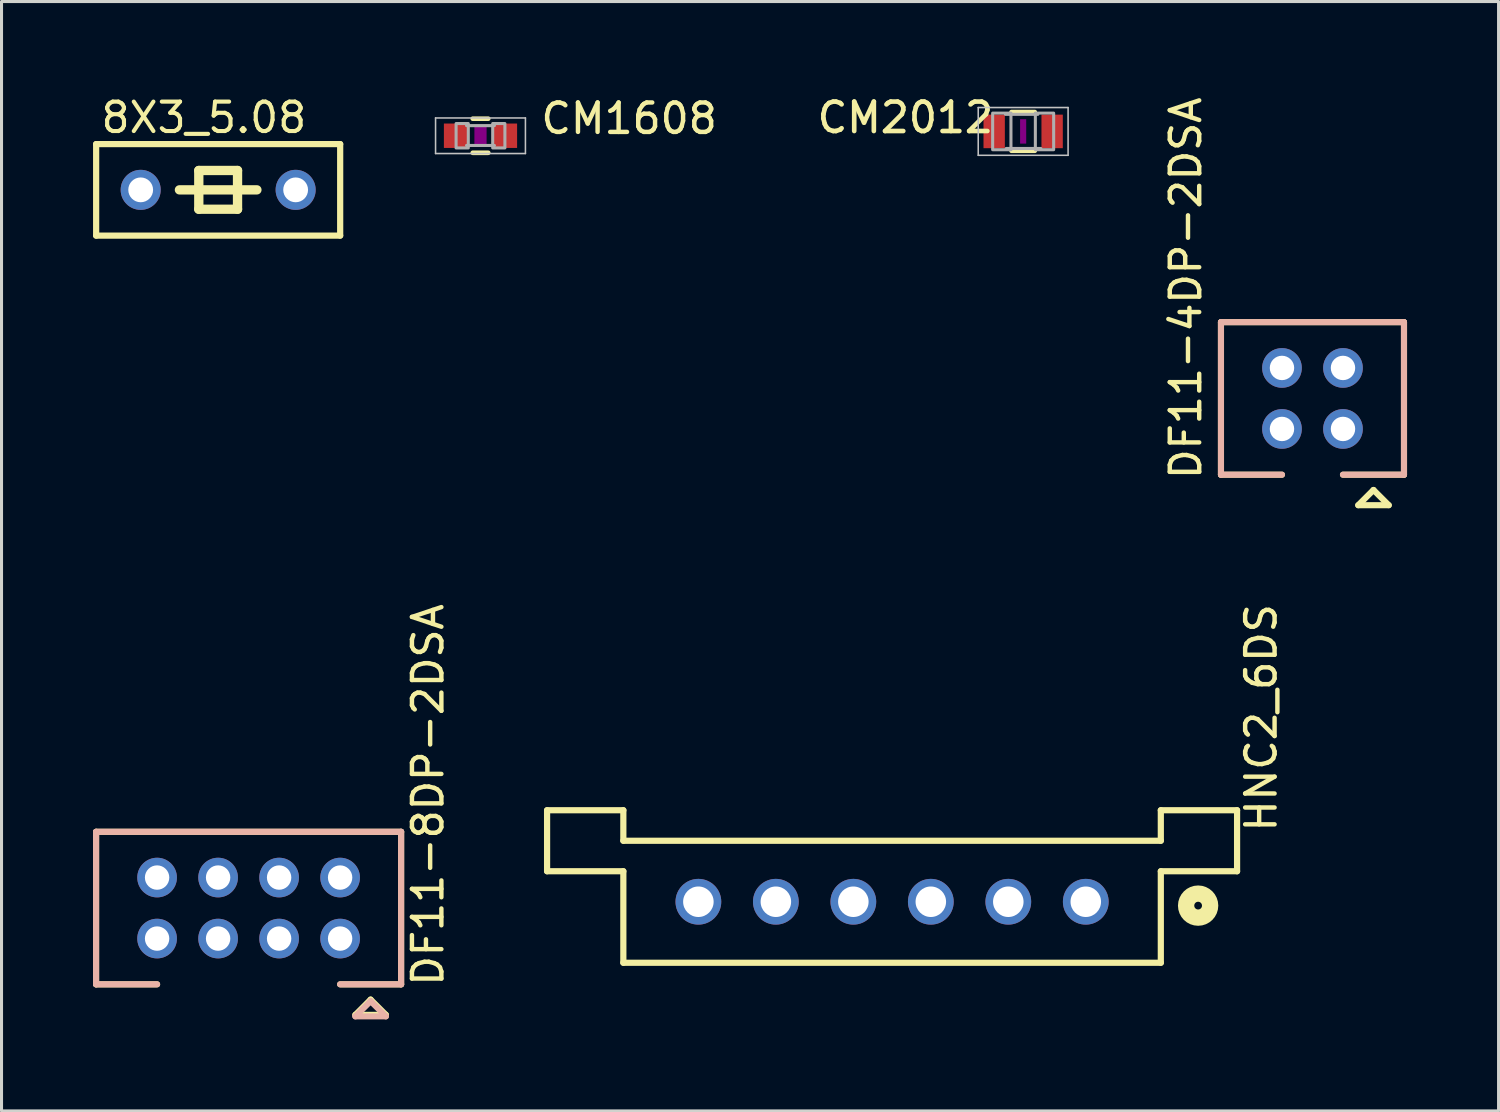
<source format=kicad_pcb>
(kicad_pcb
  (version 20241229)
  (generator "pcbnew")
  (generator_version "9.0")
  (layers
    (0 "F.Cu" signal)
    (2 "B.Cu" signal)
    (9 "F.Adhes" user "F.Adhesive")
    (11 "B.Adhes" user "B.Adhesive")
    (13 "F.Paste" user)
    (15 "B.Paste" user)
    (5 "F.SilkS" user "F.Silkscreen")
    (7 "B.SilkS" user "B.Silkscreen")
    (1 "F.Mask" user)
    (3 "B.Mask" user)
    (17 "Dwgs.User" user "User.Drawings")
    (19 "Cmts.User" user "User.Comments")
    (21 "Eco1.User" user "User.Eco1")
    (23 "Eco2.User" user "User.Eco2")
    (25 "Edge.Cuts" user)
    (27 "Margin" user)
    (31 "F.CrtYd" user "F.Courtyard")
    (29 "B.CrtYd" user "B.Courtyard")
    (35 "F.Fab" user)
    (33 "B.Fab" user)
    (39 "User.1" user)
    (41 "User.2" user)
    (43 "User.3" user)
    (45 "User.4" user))
  (footprint "DF11-4DP-2DSA"
    (layer "F.Cu")
    (at 39.977 10.012)
    (property "Reference" "DF11-4DP-2DSA" (at -3.588 2.731 270) (layer "F.SilkS") (effects (font (size 0.965 0.965) (thickness 0.145)) (justify left bottom)))
    (attr through_hole)
    (fp_line (start -3 -2.5) (end -3 2.5) (stroke (width 0.2) (type solid)) (layer "F.SilkS"))
    (fp_line (start -3 2.5) (end -1 2.5) (stroke (width 0.2) (type solid)) (layer "F.SilkS"))
    (fp_line (start 1 2.5) (end 3 2.5) (stroke (width 0.2) (type solid)) (layer "F.SilkS"))
    (fp_line (start 1.5 3.5) (end 2.5 3.5) (stroke (width 0.2) (type solid)) (layer "F.SilkS"))
    (fp_line (start 2 3) (end 1.5 3.5) (stroke (width 0.2) (type solid)) (layer "F.SilkS"))
    (fp_line (start 2.5 3.5) (end 2 3) (stroke (width 0.2) (type solid)) (layer "F.SilkS"))
    (fp_line (start 3 -2.5) (end -3 -2.5) (stroke (width 0.2) (type solid)) (layer "F.SilkS"))
    (fp_line (start 3 2.5) (end 3 -2.5) (stroke (width 0.2) (type solid)) (layer "F.SilkS"))
    (fp_line (start -3 -2.5) (end 3 -2.5) (stroke (width 0.2) (type solid)) (layer "B.SilkS"))
    (fp_line (start -3 2.5) (end -3 -2.5) (stroke (width 0.2) (type solid)) (layer "B.SilkS"))
    (fp_line (start -1 2.5) (end -3 2.5) (stroke (width 0.2) (type solid)) (layer "B.SilkS"))
    (fp_line (start 3 -2.5) (end 3 2.5) (stroke (width 0.2) (type solid)) (layer "B.SilkS"))
    (fp_line (start 3 2.5) (end 1 2.5) (stroke (width 0.2) (type solid)) (layer "B.SilkS"))
    (pad "1" thru_hole circle (at 1 1) (size 1.3 1.3) (drill 0.8) (layers "*.Cu" "*.Mask"))
    (pad "2" thru_hole circle (at 1 -1) (size 1.3 1.3) (drill 0.8) (layers "*.Cu" "*.Mask"))
    (pad "3" thru_hole circle (at -1 1) (size 1.3 1.3) (drill 0.8) (layers "*.Cu" "*.Mask"))
    (pad "4" thru_hole circle (at -1 -1) (size 1.3 1.3) (drill 0.8) (layers "*.Cu" "*.Mask")))
  (footprint "DF11-8DP-2DSA"
    (layer "F.Cu")
    (at 5.1 26.719)
    (property "Reference" "DF11-8DP-2DSA" (at 6.445 2.636 90) (layer "F.SilkS") (effects (font (size 0.965 0.965) (thickness 0.145)) (justify left bottom)))
    (attr through_hole)
    (fp_line (start -5 -2.5) (end -5 2.5) (stroke (width 0.2) (type solid)) (layer "F.SilkS"))
    (fp_line (start -5 2.5) (end -3 2.5) (stroke (width 0.2) (type solid)) (layer "F.SilkS"))
    (fp_line (start 3 2.5) (end 5 2.5) (stroke (width 0.2) (type solid)) (layer "F.SilkS"))
    (fp_line (start 3.5 3.5) (end 4.5 3.5) (stroke (width 0.2) (type solid)) (layer "F.SilkS"))
    (fp_line (start 4 3) (end 3.5 3.5) (stroke (width 0.2) (type solid)) (layer "F.SilkS"))
    (fp_line (start 4.5 3.5) (end 4 3) (stroke (width 0.2) (type solid)) (layer "F.SilkS"))
    (fp_line (start 5 -2.5) (end -5 -2.5) (stroke (width 0.2) (type solid)) (layer "F.SilkS"))
    (fp_line (start 5 2.5) (end 5 -2.5) (stroke (width 0.2) (type solid)) (layer "F.SilkS"))
    (fp_line (start -5 -2.5) (end -5 2.5) (stroke (width 0.2) (type solid)) (layer "B.SilkS"))
    (fp_line (start -5 2.5) (end -3 2.5) (stroke (width 0.2) (type solid)) (layer "B.SilkS"))
    (fp_line (start 3 2.5) (end 5 2.5) (stroke (width 0.2) (type solid)) (layer "B.SilkS"))
    (fp_line (start 3.5 3.55) (end 4.5 3.55) (stroke (width 0.2) (type solid)) (layer "B.SilkS"))
    (fp_line (start 4 3.05) (end 3.5 3.55) (stroke (width 0.2) (type solid)) (layer "B.SilkS"))
    (fp_line (start 4.5 3.55) (end 4 3.05) (stroke (width 0.2) (type solid)) (layer "B.SilkS"))
    (fp_line (start 5 -2.5) (end -5 -2.5) (stroke (width 0.2) (type solid)) (layer "B.SilkS"))
    (fp_line (start 5 -2.5) (end 5 2.5) (stroke (width 0.2) (type solid)) (layer "B.SilkS"))
    (pad "1" thru_hole circle (at 3 1) (size 1.3 1.3) (drill 0.8) (layers "*.Cu" "*.Mask"))
    (pad "2" thru_hole circle (at 3 -1) (size 1.3 1.3) (drill 0.8) (layers "*.Cu" "*.Mask"))
    (pad "3" thru_hole circle (at 1 1) (size 1.3 1.3) (drill 0.8) (layers "*.Cu" "*.Mask"))
    (pad "4" thru_hole circle (at 1 -1) (size 1.3 1.3) (drill 0.8) (layers "*.Cu" "*.Mask"))
    (pad "5" thru_hole circle (at -1 1) (size 1.3 1.3) (drill 0.8) (layers "*.Cu" "*.Mask"))
    (pad "6" thru_hole circle (at -1 -1) (size 1.3 1.3) (drill 0.8) (layers "*.Cu" "*.Mask"))
    (pad "7" thru_hole circle (at -3 1) (size 1.3 1.3) (drill 0.8) (layers "*.Cu" "*.Mask"))
    (pad "8" thru_hole circle (at -3 -1) (size 1.3 1.3) (drill 0.8) (layers "*.Cu" "*.Mask")))
  (footprint "HNC2_6DS"
    (layer "F.Cu")
    (at 26.195 26.512)
    (property "Reference" "HNC2_6DS" (at 12.665 -2.213 270) (layer "F.SilkS") (effects (font (size 0.965 0.965) (thickness 0.145)) (justify left bottom)))
    (attr through_hole)
    (fp_line (start -11.31 -3) (end -8.81 -3) (stroke (width 0.203) (type solid)) (layer "F.SilkS"))
    (fp_line (start -11.31 -1) (end -11.31 -3) (stroke (width 0.203) (type solid)) (layer "F.SilkS"))
    (fp_line (start -8.81 -3) (end -8.81 -2) (stroke (width 0.203) (type solid)) (layer "F.SilkS"))
    (fp_line (start -8.81 -1) (end -11.31 -1) (stroke (width 0.203) (type solid)) (layer "F.SilkS"))
    (fp_line (start -8.81 2) (end -8.81 -1) (stroke (width 0.203) (type solid)) (layer "F.SilkS"))
    (fp_line (start -8.81 2) (end 8.81 2) (stroke (width 0.203) (type solid)) (layer "F.SilkS"))
    (fp_line (start 8.81 -3) (end 8.81 -2) (stroke (width 0.203) (type solid)) (layer "F.SilkS"))
    (fp_line (start 8.81 -2) (end -8.81 -2) (stroke (width 0.203) (type solid)) (layer "F.SilkS"))
    (fp_line (start 8.81 -1) (end 11.31 -1) (stroke (width 0.203) (type solid)) (layer "F.SilkS"))
    (fp_line (start 8.81 2) (end 8.81 -1) (stroke (width 0.203) (type solid)) (layer "F.SilkS"))
    (fp_line (start 11.31 -3) (end 8.81 -3) (stroke (width 0.203) (type solid)) (layer "F.SilkS"))
    (fp_line (start 11.31 -1) (end 11.31 -3) (stroke (width 0.203) (type solid)) (layer "F.SilkS"))
    (fp_circle (center 10.033 0.127) (end 10.16 0.127) (stroke (width 0.406) (type solid)) (fill no) (layer "F.SilkS"))
    (fp_circle (center 10.033 0.127) (end 10.491 0.127) (stroke (width 0.406) (type solid)) (fill no) (layer "F.SilkS"))
    (pad "1" thru_hole circle (at 6.35 0) (size 1.5 1.5) (drill 1) (layers "*.Cu" "*.Mask"))
    (pad "2" thru_hole circle (at 3.81 0) (size 1.5 1.5) (drill 1) (layers "*.Cu" "*.Mask"))
    (pad "3" thru_hole circle (at 1.27 0) (size 1.5 1.5) (drill 1) (layers "*.Cu" "*.Mask"))
    (pad "4" thru_hole circle (at -1.27 0) (size 1.5 1.5) (drill 1) (layers "*.Cu" "*.Mask"))
    (pad "5" thru_hole circle (at -3.81 0) (size 1.5 1.5) (drill 1) (layers "*.Cu" "*.Mask"))
    (pad "6" thru_hole circle (at -6.35 0) (size 1.5 1.5) (drill 1) (layers "*.Cu" "*.Mask")))
  (footprint "8X3_5.08"
    (layer "F.Cu")
    (at 4.102 3.174)
    (property "Reference" "8X3_5.08" (at -3.912 -1.803 0) (layer "F.SilkS") (effects (font (size 0.965 0.965) (thickness 0.135)) (justify left bottom)))
    (attr through_hole)
    (fp_line (start -4 -1.5) (end -4 1.5) (stroke (width 0.203) (type solid)) (layer "F.SilkS"))
    (fp_line (start -4 -1.5) (end 4 -1.5) (stroke (width 0.203) (type solid)) (layer "F.SilkS"))
    (fp_line (start -4 1.5) (end 4 1.5) (stroke (width 0.203) (type solid)) (layer "F.SilkS"))
    (fp_line (start -1.27 0) (end 1.27 0) (stroke (width 0.305) (type solid)) (layer "F.SilkS"))
    (fp_line (start -0.635 -0.635) (end -0.635 0.635) (stroke (width 0.305) (type solid)) (layer "F.SilkS"))
    (fp_line (start -0.635 0.635) (end 0.635 0.635) (stroke (width 0.305) (type solid)) (layer "F.SilkS"))
    (fp_line (start 0.635 -0.635) (end -0.635 -0.635) (stroke (width 0.305) (type solid)) (layer "F.SilkS"))
    (fp_line (start 0.635 0.635) (end 0.635 -0.635) (stroke (width 0.305) (type solid)) (layer "F.SilkS"))
    (fp_line (start 4 -1.5) (end 4 1.5) (stroke (width 0.203) (type solid)) (layer "F.SilkS"))
    (pad "1" thru_hole circle (at -2.54 0) (size 1.313 1.313) (drill 0.813) (layers "*.Cu" "*.Mask"))
    (pad "2" thru_hole circle (at 2.54 0) (size 1.313 1.313) (drill 0.813) (layers "*.Cu" "*.Mask")))
  (footprint "CM1608"
    (layer "F.Cu")
    (at 12.702 1.4)
    (property "Reference" "CM1608" (at 1.905 0 180) (layer "F.SilkS") (effects (font (size 0.965 0.965) (thickness 0.145)) (justify left bottom)))
    (attr through_hole)
    (fp_line (start -0.254 -0.559) (end 0.254 -0.559) (stroke (width 0.152) (type solid)) (layer "F.SilkS"))
    (fp_line (start -0.254 0.559) (end 0.254 0.559) (stroke (width 0.152) (type solid)) (layer "F.SilkS"))
    (fp_poly (pts (xy -0.2 0.3) (xy 0.2 0.3) (xy 0.2 -0.3) (xy -0.2 -0.3)) (stroke (width 0) (type solid)) (fill yes) (layer "F.Adhes"))
    (fp_line (start -1.473 -0.583) (end 1.473 -0.583) (stroke (width 0.051) (type solid)) (layer "Dwgs.User"))
    (fp_line (start -1.473 0.583) (end -1.473 -0.583) (stroke (width 0.051) (type solid)) (layer "Dwgs.User"))
    (fp_line (start 1.473 -0.583) (end 1.473 0.583) (stroke (width 0.051) (type solid)) (layer "Dwgs.User"))
    (fp_line (start 1.473 0.583) (end -1.473 0.583) (stroke (width 0.051) (type solid)) (layer "Dwgs.User"))
    (fp_line (start -0.456 -0.332) (end 0.456 -0.332) (stroke (width 0.102) (type solid)) (layer "F.Fab"))
    (fp_line (start -0.456 0.319) (end 0.456 0.319) (stroke (width 0.102) (type solid)) (layer "F.Fab"))
    (fp_poly (pts (xy -0.8 0.4) (xy -0.4 0.4) (xy -0.4 -0.4) (xy -0.8 -0.4)) (stroke (width 0.1) (type solid)) (fill no) (layer "F.Fab"))
    (fp_poly (pts (xy 0.4 0.4) (xy 0.8 0.4) (xy 0.8 -0.4) (xy 0.4 -0.4)) (stroke (width 0.1) (type solid)) (fill no) (layer "F.Fab"))
    (pad "1" smd rect (at -0.8 0) (size 0.8 0.8) (layers "F.Cu" "F.Mask" "F.Paste"))
    (pad "2" smd rect (at 0.8 0) (size 0.8 0.8) (layers "F.Cu" "F.Mask" "F.Paste")))
  (footprint "CM2012"
    (layer "F.Cu")
    (at 30.492 1.258)
    (property "Reference" "CM2012" (at -0.889 -1.016 0) (layer "F.SilkS") (effects (font (size 0.965 0.965) (thickness 0.152)) (justify right top)))
    (attr through_hole)
    (fp_line (start -0.381 -0.635) (end 0.381 -0.635) (stroke (width 0.152) (type solid)) (layer "F.SilkS"))
    (fp_line (start -0.381 0.635) (end 0.381 0.635) (stroke (width 0.152) (type solid)) (layer "F.SilkS"))
    (fp_poly (pts (xy -0.1 0.4) (xy 0.1 0.4) (xy 0.1 -0.4) (xy -0.1 -0.4)) (stroke (width 0) (type solid)) (fill yes) (layer "F.Adhes"))
    (fp_line (start -1.473 -0.783) (end 1.473 -0.783) (stroke (width 0.051) (type solid)) (layer "Dwgs.User"))
    (fp_line (start -1.473 0.783) (end -1.473 -0.783) (stroke (width 0.051) (type solid)) (layer "Dwgs.User"))
    (fp_line (start 1.473 -0.783) (end 1.473 0.783) (stroke (width 0.051) (type solid)) (layer "Dwgs.User"))
    (fp_line (start 1.473 0.783) (end -1.473 0.783) (stroke (width 0.051) (type solid)) (layer "Dwgs.User"))
    (fp_line (start -0.581 -0.56) (end 0.481 -0.56) (stroke (width 0.102) (type solid)) (layer "F.Fab"))
    (fp_line (start -0.556 0.56) (end 0.581 0.56) (stroke (width 0.102) (type solid)) (layer "F.Fab"))
    (fp_poly (pts (xy -1 0.6) (xy -0.4 0.6) (xy -0.4 -0.6) (xy -1 -0.6)) (stroke (width 0.1) (type solid)) (fill no) (layer "F.Fab"))
    (fp_poly (pts (xy 0.4 0.6) (xy 1 0.6) (xy 1 -0.6) (xy 0.4 -0.6)) (stroke (width 0.1) (type solid)) (fill no) (layer "F.Fab"))
    (pad "1" smd rect (at -0.95 0) (size 0.7 1.1) (layers "F.Cu" "F.Mask" "F.Paste"))
    (pad "2" smd rect (at 0.95 0) (size 0.7 1.1) (layers "F.Cu" "F.Mask" "F.Paste")))
  (gr_rect
    (start -3 -3)
    (end 46.077 33.369)
    (stroke (width 0.1) (type default))
    (fill no)
    (layer "Edge.Cuts")))
</source>
